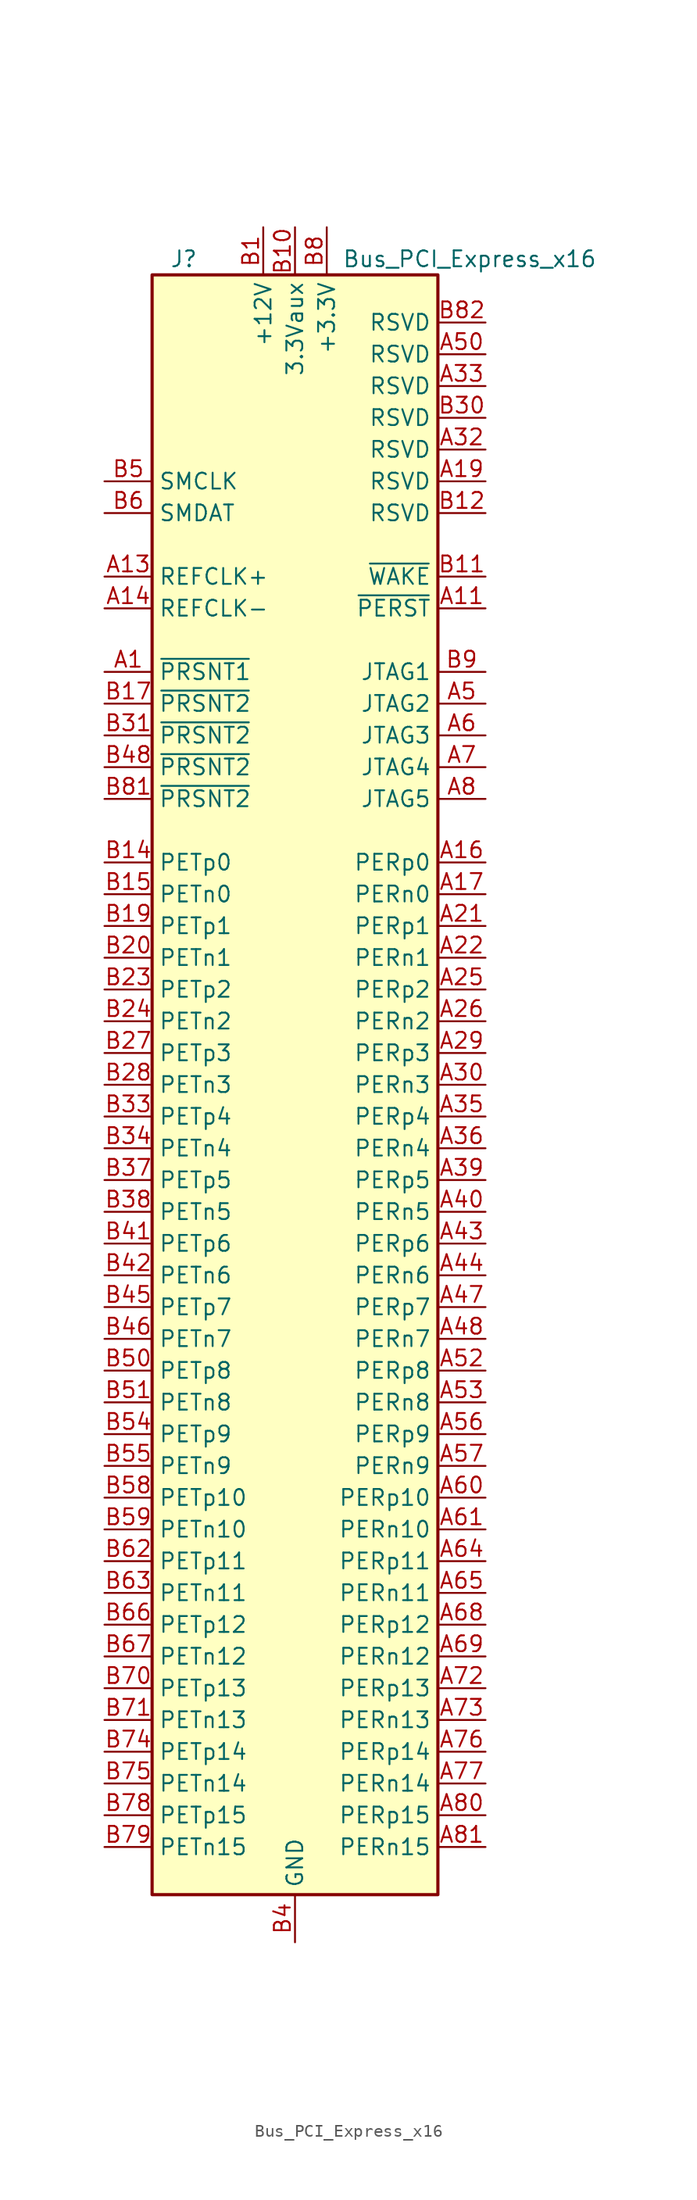
<source format=kicad_sym>
(kicad_symbol_lib
  (version 20241209)
  (generator "kicad_symbol_editor")
  (generator_version "9.0")
  (symbol "Bus_PCI_Express_x16"
    (property "Reference" "J"
      (at -8.89 66.04 0)
      (effects (font (size 1.27 1.27))))
    (property "Value" "Bus_PCI_Express_x16"
      (at 13.97 66.04 0)
      (effects (font (size 1.27 1.27))))
    (symbol "Bus_PCI_Express_x16_0_1"
      (rectangle (start -11.43 64.77) (end 11.43 -64.77) (stroke (width 0.254) (type default)) (fill (type background))))
    (symbol "Bus_PCI_Express_x16_1_1"
      (pin input line (at -15.24 48.26 0) (length 3.81) (name "SMCLK" (effects (font (size 1.27 1.27)))) (number "B5" (effects (font (size 1.27 1.27)))))
      (pin bidirectional line (at -15.24 45.72 0) (length 3.81) (name "SMDAT" (effects (font (size 1.27 1.27)))) (number "B6" (effects (font (size 1.27 1.27)))))
      (pin input line (at -15.24 40.64 0) (length 3.81) (name "REFCLK+" (effects (font (size 1.27 1.27)))) (number "A13" (effects (font (size 1.27 1.27)))))
      (pin input line (at -15.24 38.1 0) (length 3.81) (name "REFCLK-" (effects (font (size 1.27 1.27)))) (number "A14" (effects (font (size 1.27 1.27)))))
      (pin passive line (at -15.24 33.02 0) (length 3.81) (name "~{PRSNT1}" (effects (font (size 1.27 1.27)))) (number "A1" (effects (font (size 1.27 1.27)))))
      (pin passive line (at -15.24 30.48 0) (length 3.81) (name "~{PRSNT2}" (effects (font (size 1.27 1.27)))) (number "B17" (effects (font (size 1.27 1.27)))))
      (pin passive line (at -15.24 27.94 0) (length 3.81) (name "~{PRSNT2}" (effects (font (size 1.27 1.27)))) (number "B31" (effects (font (size 1.27 1.27)))))
      (pin passive line (at -15.24 25.4 0) (length 3.81) (name "~{PRSNT2}" (effects (font (size 1.27 1.27)))) (number "B48" (effects (font (size 1.27 1.27)))))
      (pin passive line (at -15.24 22.86 0) (length 3.81) (name "~{PRSNT2}" (effects (font (size 1.27 1.27)))) (number "B81" (effects (font (size 1.27 1.27)))))
      (pin input line (at -15.24 17.78 0) (length 3.81) (name "PETp0" (effects (font (size 1.27 1.27)))) (number "B14" (effects (font (size 1.27 1.27)))))
      (pin input line (at -15.24 15.24 0) (length 3.81) (name "PETn0" (effects (font (size 1.27 1.27)))) (number "B15" (effects (font (size 1.27 1.27)))))
      (pin input line (at -15.24 12.7 0) (length 3.81) (name "PETp1" (effects (font (size 1.27 1.27)))) (number "B19" (effects (font (size 1.27 1.27)))))
      (pin input line (at -15.24 10.16 0) (length 3.81) (name "PETn1" (effects (font (size 1.27 1.27)))) (number "B20" (effects (font (size 1.27 1.27)))))
      (pin input line (at -15.24 7.62 0) (length 3.81) (name "PETp2" (effects (font (size 1.27 1.27)))) (number "B23" (effects (font (size 1.27 1.27)))))
      (pin input line (at -15.24 5.08 0) (length 3.81) (name "PETn2" (effects (font (size 1.27 1.27)))) (number "B24" (effects (font (size 1.27 1.27)))))
      (pin input line (at -15.24 2.54 0) (length 3.81) (name "PETp3" (effects (font (size 1.27 1.27)))) (number "B27" (effects (font (size 1.27 1.27)))))
      (pin input line (at -15.24 0 0) (length 3.81) (name "PETn3" (effects (font (size 1.27 1.27)))) (number "B28" (effects (font (size 1.27 1.27)))))
      (pin input line (at -15.24 -2.54 0) (length 3.81) (name "PETp4" (effects (font (size 1.27 1.27)))) (number "B33" (effects (font (size 1.27 1.27)))))
      (pin input line (at -15.24 -5.08 0) (length 3.81) (name "PETn4" (effects (font (size 1.27 1.27)))) (number "B34" (effects (font (size 1.27 1.27)))))
      (pin input line (at -15.24 -7.62 0) (length 3.81) (name "PETp5" (effects (font (size 1.27 1.27)))) (number "B37" (effects (font (size 1.27 1.27)))))
      (pin input line (at -15.24 -10.16 0) (length 3.81) (name "PETn5" (effects (font (size 1.27 1.27)))) (number "B38" (effects (font (size 1.27 1.27)))))
      (pin input line (at -15.24 -12.7 0) (length 3.81) (name "PETp6" (effects (font (size 1.27 1.27)))) (number "B41" (effects (font (size 1.27 1.27)))))
      (pin input line (at -15.24 -15.24 0) (length 3.81) (name "PETn6" (effects (font (size 1.27 1.27)))) (number "B42" (effects (font (size 1.27 1.27)))))
      (pin input line (at -15.24 -17.78 0) (length 3.81) (name "PETp7" (effects (font (size 1.27 1.27)))) (number "B45" (effects (font (size 1.27 1.27)))))
      (pin input line (at -15.24 -20.32 0) (length 3.81) (name "PETn7" (effects (font (size 1.27 1.27)))) (number "B46" (effects (font (size 1.27 1.27)))))
      (pin input line (at -15.24 -22.86 0) (length 3.81) (name "PETp8" (effects (font (size 1.27 1.27)))) (number "B50" (effects (font (size 1.27 1.27)))))
      (pin input line (at -15.24 -25.4 0) (length 3.81) (name "PETn8" (effects (font (size 1.27 1.27)))) (number "B51" (effects (font (size 1.27 1.27)))))
      (pin input line (at -15.24 -27.94 0) (length 3.81) (name "PETp9" (effects (font (size 1.27 1.27)))) (number "B54" (effects (font (size 1.27 1.27)))))
      (pin input line (at -15.24 -30.48 0) (length 3.81) (name "PETn9" (effects (font (size 1.27 1.27)))) (number "B55" (effects (font (size 1.27 1.27)))))
      (pin input line (at -15.24 -33.02 0) (length 3.81) (name "PETp10" (effects (font (size 1.27 1.27)))) (number "B58" (effects (font (size 1.27 1.27)))))
      (pin input line (at -15.24 -35.56 0) (length 3.81) (name "PETn10" (effects (font (size 1.27 1.27)))) (number "B59" (effects (font (size 1.27 1.27)))))
      (pin input line (at -15.24 -38.1 0) (length 3.81) (name "PETp11" (effects (font (size 1.27 1.27)))) (number "B62" (effects (font (size 1.27 1.27)))))
      (pin input line (at -15.24 -40.64 0) (length 3.81) (name "PETn11" (effects (font (size 1.27 1.27)))) (number "B63" (effects (font (size 1.27 1.27)))))
      (pin input line (at -15.24 -43.18 0) (length 3.81) (name "PETp12" (effects (font (size 1.27 1.27)))) (number "B66" (effects (font (size 1.27 1.27)))))
      (pin input line (at -15.24 -45.72 0) (length 3.81) (name "PETn12" (effects (font (size 1.27 1.27)))) (number "B67" (effects (font (size 1.27 1.27)))))
      (pin input line (at -15.24 -48.26 0) (length 3.81) (name "PETp13" (effects (font (size 1.27 1.27)))) (number "B70" (effects (font (size 1.27 1.27)))))
      (pin input line (at -15.24 -50.8 0) (length 3.81) (name "PETn13" (effects (font (size 1.27 1.27)))) (number "B71" (effects (font (size 1.27 1.27)))))
      (pin input line (at -15.24 -53.34 0) (length 3.81) (name "PETp14" (effects (font (size 1.27 1.27)))) (number "B74" (effects (font (size 1.27 1.27)))))
      (pin input line (at -15.24 -55.88 0) (length 3.81) (name "PETn14" (effects (font (size 1.27 1.27)))) (number "B75" (effects (font (size 1.27 1.27)))))
      (pin input line (at -15.24 -58.42 0) (length 3.81) (name "PETp15" (effects (font (size 1.27 1.27)))) (number "B78" (effects (font (size 1.27 1.27)))))
      (pin input line (at -15.24 -60.96 0) (length 3.81) (name "PETn15" (effects (font (size 1.27 1.27)))) (number "B79" (effects (font (size 1.27 1.27)))))
      (pin passive line (at -2.54 68.58 270) (length 3.81) (hide yes) (name "+12V" (effects (font (size 1.27 1.27)))) (number "A2" (effects (font (size 1.27 1.27)))))
      (pin passive line (at -2.54 68.58 270) (length 3.81) (hide yes) (name "+12V" (effects (font (size 1.27 1.27)))) (number "A3" (effects (font (size 1.27 1.27)))))
      (pin power_in line (at -2.54 68.58 270) (length 3.81) (name "+12V" (effects (font (size 1.27 1.27)))) (number "B1" (effects (font (size 1.27 1.27)))))
      (pin passive line (at -2.54 68.58 270) (length 3.81) (hide yes) (name "+12V" (effects (font (size 1.27 1.27)))) (number "B2" (effects (font (size 1.27 1.27)))))
      (pin passive line (at -2.54 68.58 270) (length 3.81) (hide yes) (name "+12V" (effects (font (size 1.27 1.27)))) (number "B3" (effects (font (size 1.27 1.27)))))
      (pin power_in line (at 0 68.58 270) (length 3.81) (name "3.3Vaux" (effects (font (size 1.27 1.27)))) (number "B10" (effects (font (size 1.27 1.27)))))
      (pin passive line (at 0 -68.58 90) (length 3.81) (hide yes) (name "GND" (effects (font (size 1.27 1.27)))) (number "A12" (effects (font (size 1.27 1.27)))))
      (pin passive line (at 0 -68.58 90) (length 3.81) (hide yes) (name "GND" (effects (font (size 1.27 1.27)))) (number "A15" (effects (font (size 1.27 1.27)))))
      (pin passive line (at 0 -68.58 90) (length 3.81) (hide yes) (name "GND" (effects (font (size 1.27 1.27)))) (number "A18" (effects (font (size 1.27 1.27)))))
      (pin passive line (at 0 -68.58 90) (length 3.81) (hide yes) (name "GND" (effects (font (size 1.27 1.27)))) (number "A20" (effects (font (size 1.27 1.27)))))
      (pin passive line (at 0 -68.58 90) (length 3.81) (hide yes) (name "GND" (effects (font (size 1.27 1.27)))) (number "A23" (effects (font (size 1.27 1.27)))))
      (pin passive line (at 0 -68.58 90) (length 3.81) (hide yes) (name "GND" (effects (font (size 1.27 1.27)))) (number "A24" (effects (font (size 1.27 1.27)))))
      (pin passive line (at 0 -68.58 90) (length 3.81) (hide yes) (name "GND" (effects (font (size 1.27 1.27)))) (number "A27" (effects (font (size 1.27 1.27)))))
      (pin passive line (at 0 -68.58 90) (length 3.81) (hide yes) (name "GND" (effects (font (size 1.27 1.27)))) (number "A28" (effects (font (size 1.27 1.27)))))
      (pin passive line (at 0 -68.58 90) (length 3.81) (hide yes) (name "GND" (effects (font (size 1.27 1.27)))) (number "A31" (effects (font (size 1.27 1.27)))))
      (pin passive line (at 0 -68.58 90) (length 3.81) (hide yes) (name "GND" (effects (font (size 1.27 1.27)))) (number "A34" (effects (font (size 1.27 1.27)))))
      (pin passive line (at 0 -68.58 90) (length 3.81) (hide yes) (name "GND" (effects (font (size 1.27 1.27)))) (number "A37" (effects (font (size 1.27 1.27)))))
      (pin passive line (at 0 -68.58 90) (length 3.81) (hide yes) (name "GND" (effects (font (size 1.27 1.27)))) (number "A38" (effects (font (size 1.27 1.27)))))
      (pin passive line (at 0 -68.58 90) (length 3.81) (hide yes) (name "GND" (effects (font (size 1.27 1.27)))) (number "A4" (effects (font (size 1.27 1.27)))))
      (pin passive line (at 0 -68.58 90) (length 3.81) (hide yes) (name "GND" (effects (font (size 1.27 1.27)))) (number "A41" (effects (font (size 1.27 1.27)))))
      (pin passive line (at 0 -68.58 90) (length 3.81) (hide yes) (name "GND" (effects (font (size 1.27 1.27)))) (number "A42" (effects (font (size 1.27 1.27)))))
      (pin passive line (at 0 -68.58 90) (length 3.81) (hide yes) (name "GND" (effects (font (size 1.27 1.27)))) (number "A45" (effects (font (size 1.27 1.27)))))
      (pin passive line (at 0 -68.58 90) (length 3.81) (hide yes) (name "GND" (effects (font (size 1.27 1.27)))) (number "A46" (effects (font (size 1.27 1.27)))))
      (pin passive line (at 0 -68.58 90) (length 3.81) (hide yes) (name "GND" (effects (font (size 1.27 1.27)))) (number "A49" (effects (font (size 1.27 1.27)))))
      (pin passive line (at 0 -68.58 90) (length 3.81) (hide yes) (name "GND" (effects (font (size 1.27 1.27)))) (number "A51" (effects (font (size 1.27 1.27)))))
      (pin passive line (at 0 -68.58 90) (length 3.81) (hide yes) (name "GND" (effects (font (size 1.27 1.27)))) (number "A54" (effects (font (size 1.27 1.27)))))
      (pin passive line (at 0 -68.58 90) (length 3.81) (hide yes) (name "GND" (effects (font (size 1.27 1.27)))) (number "A55" (effects (font (size 1.27 1.27)))))
      (pin passive line (at 0 -68.58 90) (length 3.81) (hide yes) (name "GND" (effects (font (size 1.27 1.27)))) (number "A58" (effects (font (size 1.27 1.27)))))
      (pin passive line (at 0 -68.58 90) (length 3.81) (hide yes) (name "GND" (effects (font (size 1.27 1.27)))) (number "A59" (effects (font (size 1.27 1.27)))))
      (pin passive line (at 0 -68.58 90) (length 3.81) (hide yes) (name "GND" (effects (font (size 1.27 1.27)))) (number "A62" (effects (font (size 1.27 1.27)))))
      (pin passive line (at 0 -68.58 90) (length 3.81) (hide yes) (name "GND" (effects (font (size 1.27 1.27)))) (number "A63" (effects (font (size 1.27 1.27)))))
      (pin passive line (at 0 -68.58 90) (length 3.81) (hide yes) (name "GND" (effects (font (size 1.27 1.27)))) (number "A66" (effects (font (size 1.27 1.27)))))
      (pin passive line (at 0 -68.58 90) (length 3.81) (hide yes) (name "GND" (effects (font (size 1.27 1.27)))) (number "A67" (effects (font (size 1.27 1.27)))))
      (pin passive line (at 0 -68.58 90) (length 3.81) (hide yes) (name "GND" (effects (font (size 1.27 1.27)))) (number "A70" (effects (font (size 1.27 1.27)))))
      (pin passive line (at 0 -68.58 90) (length 3.81) (hide yes) (name "GND" (effects (font (size 1.27 1.27)))) (number "A71" (effects (font (size 1.27 1.27)))))
      (pin passive line (at 0 -68.58 90) (length 3.81) (hide yes) (name "GND" (effects (font (size 1.27 1.27)))) (number "A74" (effects (font (size 1.27 1.27)))))
      (pin passive line (at 0 -68.58 90) (length 3.81) (hide yes) (name "GND" (effects (font (size 1.27 1.27)))) (number "A75" (effects (font (size 1.27 1.27)))))
      (pin passive line (at 0 -68.58 90) (length 3.81) (hide yes) (name "GND" (effects (font (size 1.27 1.27)))) (number "A78" (effects (font (size 1.27 1.27)))))
      (pin passive line (at 0 -68.58 90) (length 3.81) (hide yes) (name "GND" (effects (font (size 1.27 1.27)))) (number "A79" (effects (font (size 1.27 1.27)))))
      (pin passive line (at 0 -68.58 90) (length 3.81) (hide yes) (name "GND" (effects (font (size 1.27 1.27)))) (number "A82" (effects (font (size 1.27 1.27)))))
      (pin passive line (at 0 -68.58 90) (length 3.81) (hide yes) (name "GND" (effects (font (size 1.27 1.27)))) (number "B13" (effects (font (size 1.27 1.27)))))
      (pin passive line (at 0 -68.58 90) (length 3.81) (hide yes) (name "GND" (effects (font (size 1.27 1.27)))) (number "B16" (effects (font (size 1.27 1.27)))))
      (pin passive line (at 0 -68.58 90) (length 3.81) (hide yes) (name "GND" (effects (font (size 1.27 1.27)))) (number "B18" (effects (font (size 1.27 1.27)))))
      (pin passive line (at 0 -68.58 90) (length 3.81) (hide yes) (name "GND" (effects (font (size 1.27 1.27)))) (number "B21" (effects (font (size 1.27 1.27)))))
      (pin passive line (at 0 -68.58 90) (length 3.81) (hide yes) (name "GND" (effects (font (size 1.27 1.27)))) (number "B22" (effects (font (size 1.27 1.27)))))
      (pin passive line (at 0 -68.58 90) (length 3.81) (hide yes) (name "GND" (effects (font (size 1.27 1.27)))) (number "B25" (effects (font (size 1.27 1.27)))))
      (pin passive line (at 0 -68.58 90) (length 3.81) (hide yes) (name "GND" (effects (font (size 1.27 1.27)))) (number "B26" (effects (font (size 1.27 1.27)))))
      (pin passive line (at 0 -68.58 90) (length 3.81) (hide yes) (name "GND" (effects (font (size 1.27 1.27)))) (number "B29" (effects (font (size 1.27 1.27)))))
      (pin passive line (at 0 -68.58 90) (length 3.81) (hide yes) (name "GND" (effects (font (size 1.27 1.27)))) (number "B32" (effects (font (size 1.27 1.27)))))
      (pin passive line (at 0 -68.58 90) (length 3.81) (hide yes) (name "GND" (effects (font (size 1.27 1.27)))) (number "B35" (effects (font (size 1.27 1.27)))))
      (pin passive line (at 0 -68.58 90) (length 3.81) (hide yes) (name "GND" (effects (font (size 1.27 1.27)))) (number "B36" (effects (font (size 1.27 1.27)))))
      (pin passive line (at 0 -68.58 90) (length 3.81) (hide yes) (name "GND" (effects (font (size 1.27 1.27)))) (number "B39" (effects (font (size 1.27 1.27)))))
      (pin power_in line (at 0 -68.58 90) (length 3.81) (name "GND" (effects (font (size 1.27 1.27)))) (number "B4" (effects (font (size 1.27 1.27)))))
      (pin passive line (at 0 -68.58 90) (length 3.81) (hide yes) (name "GND" (effects (font (size 1.27 1.27)))) (number "B40" (effects (font (size 1.27 1.27)))))
      (pin passive line (at 0 -68.58 90) (length 3.81) (hide yes) (name "GND" (effects (font (size 1.27 1.27)))) (number "B43" (effects (font (size 1.27 1.27)))))
      (pin passive line (at 0 -68.58 90) (length 3.81) (hide yes) (name "GND" (effects (font (size 1.27 1.27)))) (number "B44" (effects (font (size 1.27 1.27)))))
      (pin passive line (at 0 -68.58 90) (length 3.81) (hide yes) (name "GND" (effects (font (size 1.27 1.27)))) (number "B47" (effects (font (size 1.27 1.27)))))
      (pin passive line (at 0 -68.58 90) (length 3.81) (hide yes) (name "GND" (effects (font (size 1.27 1.27)))) (number "B49" (effects (font (size 1.27 1.27)))))
      (pin passive line (at 0 -68.58 90) (length 3.81) (hide yes) (name "GND" (effects (font (size 1.27 1.27)))) (number "B52" (effects (font (size 1.27 1.27)))))
      (pin passive line (at 0 -68.58 90) (length 3.81) (hide yes) (name "GND" (effects (font (size 1.27 1.27)))) (number "B53" (effects (font (size 1.27 1.27)))))
      (pin passive line (at 0 -68.58 90) (length 3.81) (hide yes) (name "GND" (effects (font (size 1.27 1.27)))) (number "B56" (effects (font (size 1.27 1.27)))))
      (pin passive line (at 0 -68.58 90) (length 3.81) (hide yes) (name "GND" (effects (font (size 1.27 1.27)))) (number "B57" (effects (font (size 1.27 1.27)))))
      (pin passive line (at 0 -68.58 90) (length 3.81) (hide yes) (name "GND" (effects (font (size 1.27 1.27)))) (number "B60" (effects (font (size 1.27 1.27)))))
      (pin passive line (at 0 -68.58 90) (length 3.81) (hide yes) (name "GND" (effects (font (size 1.27 1.27)))) (number "B61" (effects (font (size 1.27 1.27)))))
      (pin passive line (at 0 -68.58 90) (length 3.81) (hide yes) (name "GND" (effects (font (size 1.27 1.27)))) (number "B64" (effects (font (size 1.27 1.27)))))
      (pin passive line (at 0 -68.58 90) (length 3.81) (hide yes) (name "GND" (effects (font (size 1.27 1.27)))) (number "B65" (effects (font (size 1.27 1.27)))))
      (pin passive line (at 0 -68.58 90) (length 3.81) (hide yes) (name "GND" (effects (font (size 1.27 1.27)))) (number "B68" (effects (font (size 1.27 1.27)))))
      (pin passive line (at 0 -68.58 90) (length 3.81) (hide yes) (name "GND" (effects (font (size 1.27 1.27)))) (number "B69" (effects (font (size 1.27 1.27)))))
      (pin passive line (at 0 -68.58 90) (length 3.81) (hide yes) (name "GND" (effects (font (size 1.27 1.27)))) (number "B7" (effects (font (size 1.27 1.27)))))
      (pin passive line (at 0 -68.58 90) (length 3.81) (hide yes) (name "GND" (effects (font (size 1.27 1.27)))) (number "B72" (effects (font (size 1.27 1.27)))))
      (pin passive line (at 0 -68.58 90) (length 3.81) (hide yes) (name "GND" (effects (font (size 1.27 1.27)))) (number "B73" (effects (font (size 1.27 1.27)))))
      (pin passive line (at 0 -68.58 90) (length 3.81) (hide yes) (name "GND" (effects (font (size 1.27 1.27)))) (number "B76" (effects (font (size 1.27 1.27)))))
      (pin passive line (at 0 -68.58 90) (length 3.81) (hide yes) (name "GND" (effects (font (size 1.27 1.27)))) (number "B77" (effects (font (size 1.27 1.27)))))
      (pin passive line (at 0 -68.58 90) (length 3.81) (hide yes) (name "GND" (effects (font (size 1.27 1.27)))) (number "B80" (effects (font (size 1.27 1.27)))))
      (pin passive line (at 2.54 68.58 270) (length 3.81) (hide yes) (name "+3.3V" (effects (font (size 1.27 1.27)))) (number "A10" (effects (font (size 1.27 1.27)))))
      (pin passive line (at 2.54 68.58 270) (length 3.81) (hide yes) (name "+3.3V" (effects (font (size 1.27 1.27)))) (number "A9" (effects (font (size 1.27 1.27)))))
      (pin power_in line (at 2.54 68.58 270) (length 3.81) (name "+3.3V" (effects (font (size 1.27 1.27)))) (number "B8" (effects (font (size 1.27 1.27)))))
      (pin passive line (at 15.24 60.96 180) (length 3.81) (name "RSVD" (effects (font (size 1.27 1.27)))) (number "B82" (effects (font (size 1.27 1.27)))))
      (pin passive line (at 15.24 58.42 180) (length 3.81) (name "RSVD" (effects (font (size 1.27 1.27)))) (number "A50" (effects (font (size 1.27 1.27)))))
      (pin passive line (at 15.24 55.88 180) (length 3.81) (name "RSVD" (effects (font (size 1.27 1.27)))) (number "A33" (effects (font (size 1.27 1.27)))))
      (pin passive line (at 15.24 53.34 180) (length 3.81) (name "RSVD" (effects (font (size 1.27 1.27)))) (number "B30" (effects (font (size 1.27 1.27)))))
      (pin passive line (at 15.24 50.8 180) (length 3.81) (name "RSVD" (effects (font (size 1.27 1.27)))) (number "A32" (effects (font (size 1.27 1.27)))))
      (pin passive line (at 15.24 48.26 180) (length 3.81) (name "RSVD" (effects (font (size 1.27 1.27)))) (number "A19" (effects (font (size 1.27 1.27)))))
      (pin passive line (at 15.24 45.72 180) (length 3.81) (name "RSVD" (effects (font (size 1.27 1.27)))) (number "B12" (effects (font (size 1.27 1.27)))))
      (pin open_collector line (at 15.24 40.64 180) (length 3.81) (name "~{WAKE}" (effects (font (size 1.27 1.27)))) (number "B11" (effects (font (size 1.27 1.27)))))
      (pin input line (at 15.24 38.1 180) (length 3.81) (name "~{PERST}" (effects (font (size 1.27 1.27)))) (number "A11" (effects (font (size 1.27 1.27)))))
      (pin input line (at 15.24 33.02 180) (length 3.81) (name "JTAG1" (effects (font (size 1.27 1.27)))) (number "B9" (effects (font (size 1.27 1.27)))))
      (pin input line (at 15.24 30.48 180) (length 3.81) (name "JTAG2" (effects (font (size 1.27 1.27)))) (number "A5" (effects (font (size 1.27 1.27)))))
      (pin input line (at 15.24 27.94 180) (length 3.81) (name "JTAG3" (effects (font (size 1.27 1.27)))) (number "A6" (effects (font (size 1.27 1.27)))))
      (pin output line (at 15.24 25.4 180) (length 3.81) (name "JTAG4" (effects (font (size 1.27 1.27)))) (number "A7" (effects (font (size 1.27 1.27)))))
      (pin input line (at 15.24 22.86 180) (length 3.81) (name "JTAG5" (effects (font (size 1.27 1.27)))) (number "A8" (effects (font (size 1.27 1.27)))))
      (pin output line (at 15.24 17.78 180) (length 3.81) (name "PERp0" (effects (font (size 1.27 1.27)))) (number "A16" (effects (font (size 1.27 1.27)))))
      (pin output line (at 15.24 15.24 180) (length 3.81) (name "PERn0" (effects (font (size 1.27 1.27)))) (number "A17" (effects (font (size 1.27 1.27)))))
      (pin output line (at 15.24 12.7 180) (length 3.81) (name "PERp1" (effects (font (size 1.27 1.27)))) (number "A21" (effects (font (size 1.27 1.27)))))
      (pin output line (at 15.24 10.16 180) (length 3.81) (name "PERn1" (effects (font (size 1.27 1.27)))) (number "A22" (effects (font (size 1.27 1.27)))))
      (pin output line (at 15.24 7.62 180) (length 3.81) (name "PERp2" (effects (font (size 1.27 1.27)))) (number "A25" (effects (font (size 1.27 1.27)))))
      (pin output line (at 15.24 5.08 180) (length 3.81) (name "PERn2" (effects (font (size 1.27 1.27)))) (number "A26" (effects (font (size 1.27 1.27)))))
      (pin output line (at 15.24 2.54 180) (length 3.81) (name "PERp3" (effects (font (size 1.27 1.27)))) (number "A29" (effects (font (size 1.27 1.27)))))
      (pin output line (at 15.24 0 180) (length 3.81) (name "PERn3" (effects (font (size 1.27 1.27)))) (number "A30" (effects (font (size 1.27 1.27)))))
      (pin output line (at 15.24 -2.54 180) (length 3.81) (name "PERp4" (effects (font (size 1.27 1.27)))) (number "A35" (effects (font (size 1.27 1.27)))))
      (pin output line (at 15.24 -5.08 180) (length 3.81) (name "PERn4" (effects (font (size 1.27 1.27)))) (number "A36" (effects (font (size 1.27 1.27)))))
      (pin output line (at 15.24 -7.62 180) (length 3.81) (name "PERp5" (effects (font (size 1.27 1.27)))) (number "A39" (effects (font (size 1.27 1.27)))))
      (pin output line (at 15.24 -10.16 180) (length 3.81) (name "PERn5" (effects (font (size 1.27 1.27)))) (number "A40" (effects (font (size 1.27 1.27)))))
      (pin output line (at 15.24 -12.7 180) (length 3.81) (name "PERp6" (effects (font (size 1.27 1.27)))) (number "A43" (effects (font (size 1.27 1.27)))))
      (pin output line (at 15.24 -15.24 180) (length 3.81) (name "PERn6" (effects (font (size 1.27 1.27)))) (number "A44" (effects (font (size 1.27 1.27)))))
      (pin output line (at 15.24 -17.78 180) (length 3.81) (name "PERp7" (effects (font (size 1.27 1.27)))) (number "A47" (effects (font (size 1.27 1.27)))))
      (pin output line (at 15.24 -20.32 180) (length 3.81) (name "PERn7" (effects (font (size 1.27 1.27)))) (number "A48" (effects (font (size 1.27 1.27)))))
      (pin output line (at 15.24 -22.86 180) (length 3.81) (name "PERp8" (effects (font (size 1.27 1.27)))) (number "A52" (effects (font (size 1.27 1.27)))))
      (pin output line (at 15.24 -25.4 180) (length 3.81) (name "PERn8" (effects (font (size 1.27 1.27)))) (number "A53" (effects (font (size 1.27 1.27)))))
      (pin output line (at 15.24 -27.94 180) (length 3.81) (name "PERp9" (effects (font (size 1.27 1.27)))) (number "A56" (effects (font (size 1.27 1.27)))))
      (pin output line (at 15.24 -30.48 180) (length 3.81) (name "PERn9" (effects (font (size 1.27 1.27)))) (number "A57" (effects (font (size 1.27 1.27)))))
      (pin output line (at 15.24 -33.02 180) (length 3.81) (name "PERp10" (effects (font (size 1.27 1.27)))) (number "A60" (effects (font (size 1.27 1.27)))))
      (pin output line (at 15.24 -35.56 180) (length 3.81) (name "PERn10" (effects (font (size 1.27 1.27)))) (number "A61" (effects (font (size 1.27 1.27)))))
      (pin output line (at 15.24 -38.1 180) (length 3.81) (name "PERp11" (effects (font (size 1.27 1.27)))) (number "A64" (effects (font (size 1.27 1.27)))))
      (pin output line (at 15.24 -40.64 180) (length 3.81) (name "PERn11" (effects (font (size 1.27 1.27)))) (number "A65" (effects (font (size 1.27 1.27)))))
      (pin output line (at 15.24 -43.18 180) (length 3.81) (name "PERp12" (effects (font (size 1.27 1.27)))) (number "A68" (effects (font (size 1.27 1.27)))))
      (pin output line (at 15.24 -45.72 180) (length 3.81) (name "PERn12" (effects (font (size 1.27 1.27)))) (number "A69" (effects (font (size 1.27 1.27)))))
      (pin output line (at 15.24 -48.26 180) (length 3.81) (name "PERp13" (effects (font (size 1.27 1.27)))) (number "A72" (effects (font (size 1.27 1.27)))))
      (pin output line (at 15.24 -50.8 180) (length 3.81) (name "PERn13" (effects (font (size 1.27 1.27)))) (number "A73" (effects (font (size 1.27 1.27)))))
      (pin output line (at 15.24 -53.34 180) (length 3.81) (name "PERp14" (effects (font (size 1.27 1.27)))) (number "A76" (effects (font (size 1.27 1.27)))))
      (pin output line (at 15.24 -55.88 180) (length 3.81) (name "PERn14" (effects (font (size 1.27 1.27)))) (number "A77" (effects (font (size 1.27 1.27)))))
      (pin output line (at 15.24 -58.42 180) (length 3.81) (name "PERp15" (effects (font (size 1.27 1.27)))) (number "A80" (effects (font (size 1.27 1.27)))))
      (pin output line (at 15.24 -60.96 180) (length 3.81) (name "PERn15" (effects (font (size 1.27 1.27)))) (number "A81" (effects (font (size 1.27 1.27))))))))
</source>
